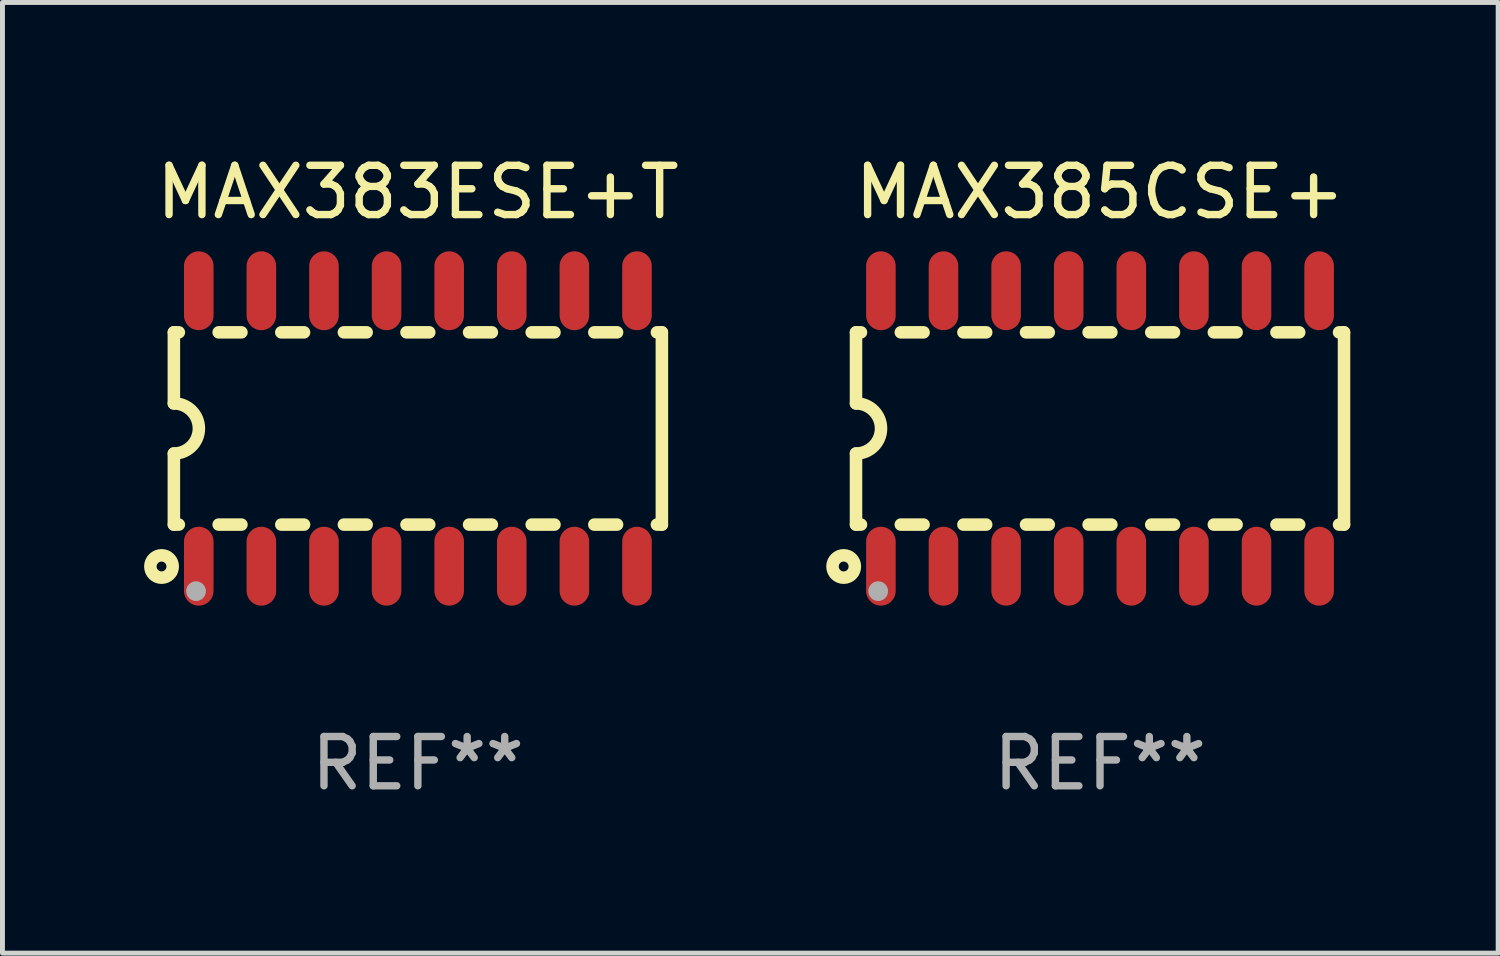
<source format=kicad_pcb>
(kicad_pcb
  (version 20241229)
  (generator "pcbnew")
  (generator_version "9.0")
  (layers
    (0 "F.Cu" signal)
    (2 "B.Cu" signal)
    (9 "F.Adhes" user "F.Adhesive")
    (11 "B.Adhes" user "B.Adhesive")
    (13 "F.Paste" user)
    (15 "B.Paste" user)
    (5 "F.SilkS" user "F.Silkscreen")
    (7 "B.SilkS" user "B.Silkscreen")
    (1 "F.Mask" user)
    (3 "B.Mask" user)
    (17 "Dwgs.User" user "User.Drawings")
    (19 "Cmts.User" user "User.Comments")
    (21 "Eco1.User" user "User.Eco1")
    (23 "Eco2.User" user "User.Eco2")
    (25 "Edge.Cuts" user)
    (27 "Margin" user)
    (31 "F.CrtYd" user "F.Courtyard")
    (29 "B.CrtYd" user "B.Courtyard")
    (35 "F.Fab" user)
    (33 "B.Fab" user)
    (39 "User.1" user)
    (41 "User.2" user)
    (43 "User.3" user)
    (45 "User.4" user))
  (footprint "MAX383ESE+T"
    (layer "F.Cu")
    (at 5.427 5.642)
    (property "Reference" "MAX383ESE+T" (at 0 -4.794 0) (layer "F.SilkS") (effects (font (size 1 1) (thickness 0.15))))
    (attr through_hole)
    (fp_line (start -4.95 -1.95) (end -4.95 -0.508) (stroke (width 0.254) (type solid)) (layer "F.SilkS"))
    (fp_line (start -4.95 -1.95) (end -4.849 -1.95) (stroke (width 0.254) (type solid)) (layer "F.SilkS"))
    (fp_line (start -4.95 1.95) (end -4.95 0.508) (stroke (width 0.254) (type solid)) (layer "F.SilkS"))
    (fp_line (start -4.95 1.95) (end -4.849 1.95) (stroke (width 0.254) (type solid)) (layer "F.SilkS"))
    (fp_line (start -4.041 -1.95) (end -3.579 -1.95) (stroke (width 0.254) (type solid)) (layer "F.SilkS"))
    (fp_line (start -4.041 1.95) (end -3.579 1.95) (stroke (width 0.254) (type solid)) (layer "F.SilkS"))
    (fp_line (start -2.771 -1.95) (end -2.309 -1.95) (stroke (width 0.254) (type solid)) (layer "F.SilkS"))
    (fp_line (start -2.771 1.95) (end -2.309 1.95) (stroke (width 0.254) (type solid)) (layer "F.SilkS"))
    (fp_line (start -1.501 -1.95) (end -1.039 -1.95) (stroke (width 0.254) (type solid)) (layer "F.SilkS"))
    (fp_line (start -1.501 1.95) (end -1.039 1.95) (stroke (width 0.254) (type solid)) (layer "F.SilkS"))
    (fp_line (start -0.231 -1.95) (end 0.231 -1.95) (stroke (width 0.254) (type solid)) (layer "F.SilkS"))
    (fp_line (start -0.231 1.95) (end 0.231 1.95) (stroke (width 0.254) (type solid)) (layer "F.SilkS"))
    (fp_line (start 1.039 -1.95) (end 1.501 -1.95) (stroke (width 0.254) (type solid)) (layer "F.SilkS"))
    (fp_line (start 1.039 1.95) (end 1.501 1.95) (stroke (width 0.254) (type solid)) (layer "F.SilkS"))
    (fp_line (start 2.309 -1.95) (end 2.771 -1.95) (stroke (width 0.254) (type solid)) (layer "F.SilkS"))
    (fp_line (start 2.309 1.95) (end 2.771 1.95) (stroke (width 0.254) (type solid)) (layer "F.SilkS"))
    (fp_line (start 3.579 -1.95) (end 4.041 -1.95) (stroke (width 0.254) (type solid)) (layer "F.SilkS"))
    (fp_line (start 3.579 1.95) (end 4.041 1.95) (stroke (width 0.254) (type solid)) (layer "F.SilkS"))
    (fp_line (start 4.849 -1.95) (end 4.95 -1.95) (stroke (width 0.254) (type solid)) (layer "F.SilkS"))
    (fp_line (start 4.849 1.95) (end 4.95 1.95) (stroke (width 0.254) (type solid)) (layer "F.SilkS"))
    (fp_line (start 4.95 -1.95) (end 4.95 1.95) (stroke (width 0.254) (type solid)) (layer "F.SilkS"))
    (fp_arc (start -4.95047 -0.508001) (mid -4.442469 -0.000228) (end -4.950013 0.508001) (stroke (width 0.254001) (type solid)) (layer "F.SilkS"))
    (fp_circle (center -5.2 2.8) (end -5.1 2.8) (stroke (width 0.254) (type solid)) (fill no) (layer "F.SilkS"))
    (fp_circle (center -4.95 2.947) (end -4.92 2.947) (stroke (width 0.06) (type solid)) (fill no) (layer "F.SilkS"))
    (fp_circle (center -4.5 3.3) (end -4.4 3.3) (stroke (width 0.2) (type solid)) (fill no) (layer "F.Fab"))
    (fp_text user "REF**" (at 0 6.794 0) (layer "F.Fab") (effects (font (size 1 1) (thickness 0.15))))
    (pad "1" smd oval (at -4.445 2.794) (size 0.6 1.6) (layers "F.Cu" "F.Mask" "F.Paste"))
    (pad "2" smd oval (at -3.175 2.794) (size 0.6 1.6) (layers "F.Cu" "F.Mask" "F.Paste"))
    (pad "3" smd oval (at -1.905 2.794) (size 0.6 1.6) (layers "F.Cu" "F.Mask" "F.Paste"))
    (pad "4" smd oval (at -0.635 2.794) (size 0.6 1.6) (layers "F.Cu" "F.Mask" "F.Paste"))
    (pad "5" smd oval (at 0.635 2.794) (size 0.6 1.6) (layers "F.Cu" "F.Mask" "F.Paste"))
    (pad "6" smd oval (at 1.905 2.794) (size 0.6 1.6) (layers "F.Cu" "F.Mask" "F.Paste"))
    (pad "7" smd oval (at 3.175 2.794) (size 0.6 1.6) (layers "F.Cu" "F.Mask" "F.Paste"))
    (pad "8" smd oval (at 4.445 2.794) (size 0.6 1.6) (layers "F.Cu" "F.Mask" "F.Paste"))
    (pad "9" smd oval (at 4.445 -2.794) (size 0.6 1.6) (layers "F.Cu" "F.Mask" "F.Paste"))
    (pad "10" smd oval (at 3.175 -2.794) (size 0.6 1.6) (layers "F.Cu" "F.Mask" "F.Paste"))
    (pad "11" smd oval (at 1.905 -2.794) (size 0.6 1.6) (layers "F.Cu" "F.Mask" "F.Paste"))
    (pad "12" smd oval (at 0.635 -2.794) (size 0.6 1.6) (layers "F.Cu" "F.Mask" "F.Paste"))
    (pad "13" smd oval (at -0.635 -2.794) (size 0.6 1.6) (layers "F.Cu" "F.Mask" "F.Paste"))
    (pad "14" smd oval (at -1.905 -2.794) (size 0.6 1.6) (layers "F.Cu" "F.Mask" "F.Paste"))
    (pad "15" smd oval (at -3.175 -2.794) (size 0.6 1.6) (layers "F.Cu" "F.Mask" "F.Paste"))
    (pad "16" smd oval (at -4.445 -2.794) (size 0.6 1.6) (layers "F.Cu" "F.Mask" "F.Paste")))
  (footprint "MAX385CSE+"
    (layer "F.Cu")
    (at 19.265 5.642)
    (property "Reference" "MAX385CSE+" (at 0 -4.794 0) (layer "F.SilkS") (effects (font (size 1 1) (thickness 0.15))))
    (attr through_hole)
    (fp_line (start -4.95 -1.95) (end -4.95 -0.508) (stroke (width 0.254) (type solid)) (layer "F.SilkS"))
    (fp_line (start -4.95 -1.95) (end -4.849 -1.95) (stroke (width 0.254) (type solid)) (layer "F.SilkS"))
    (fp_line (start -4.95 1.95) (end -4.95 0.508) (stroke (width 0.254) (type solid)) (layer "F.SilkS"))
    (fp_line (start -4.95 1.95) (end -4.849 1.95) (stroke (width 0.254) (type solid)) (layer "F.SilkS"))
    (fp_line (start -4.041 -1.95) (end -3.579 -1.95) (stroke (width 0.254) (type solid)) (layer "F.SilkS"))
    (fp_line (start -4.041 1.95) (end -3.579 1.95) (stroke (width 0.254) (type solid)) (layer "F.SilkS"))
    (fp_line (start -2.771 -1.95) (end -2.309 -1.95) (stroke (width 0.254) (type solid)) (layer "F.SilkS"))
    (fp_line (start -2.771 1.95) (end -2.309 1.95) (stroke (width 0.254) (type solid)) (layer "F.SilkS"))
    (fp_line (start -1.501 -1.95) (end -1.039 -1.95) (stroke (width 0.254) (type solid)) (layer "F.SilkS"))
    (fp_line (start -1.501 1.95) (end -1.039 1.95) (stroke (width 0.254) (type solid)) (layer "F.SilkS"))
    (fp_line (start -0.231 -1.95) (end 0.231 -1.95) (stroke (width 0.254) (type solid)) (layer "F.SilkS"))
    (fp_line (start -0.231 1.95) (end 0.231 1.95) (stroke (width 0.254) (type solid)) (layer "F.SilkS"))
    (fp_line (start 1.039 -1.95) (end 1.501 -1.95) (stroke (width 0.254) (type solid)) (layer "F.SilkS"))
    (fp_line (start 1.039 1.95) (end 1.501 1.95) (stroke (width 0.254) (type solid)) (layer "F.SilkS"))
    (fp_line (start 2.309 -1.95) (end 2.771 -1.95) (stroke (width 0.254) (type solid)) (layer "F.SilkS"))
    (fp_line (start 2.309 1.95) (end 2.771 1.95) (stroke (width 0.254) (type solid)) (layer "F.SilkS"))
    (fp_line (start 3.579 -1.95) (end 4.041 -1.95) (stroke (width 0.254) (type solid)) (layer "F.SilkS"))
    (fp_line (start 3.579 1.95) (end 4.041 1.95) (stroke (width 0.254) (type solid)) (layer "F.SilkS"))
    (fp_line (start 4.849 -1.95) (end 4.95 -1.95) (stroke (width 0.254) (type solid)) (layer "F.SilkS"))
    (fp_line (start 4.849 1.95) (end 4.95 1.95) (stroke (width 0.254) (type solid)) (layer "F.SilkS"))
    (fp_line (start 4.95 -1.95) (end 4.95 1.95) (stroke (width 0.254) (type solid)) (layer "F.SilkS"))
    (fp_arc (start -4.95047 -0.508001) (mid -4.442469 -0.000228) (end -4.950013 0.508001) (stroke (width 0.254001) (type solid)) (layer "F.SilkS"))
    (fp_circle (center -5.2 2.8) (end -5.1 2.8) (stroke (width 0.254) (type solid)) (fill no) (layer "F.SilkS"))
    (fp_circle (center -4.95 2.947) (end -4.92 2.947) (stroke (width 0.06) (type solid)) (fill no) (layer "F.SilkS"))
    (fp_circle (center -4.5 3.3) (end -4.4 3.3) (stroke (width 0.2) (type solid)) (fill no) (layer "F.Fab"))
    (fp_text user "REF**" (at 0 6.794 0) (layer "F.Fab") (effects (font (size 1 1) (thickness 0.15))))
    (pad "1" smd oval (at -4.445 2.794) (size 0.6 1.6) (layers "F.Cu" "F.Mask" "F.Paste"))
    (pad "2" smd oval (at -3.175 2.794) (size 0.6 1.6) (layers "F.Cu" "F.Mask" "F.Paste"))
    (pad "3" smd oval (at -1.905 2.794) (size 0.6 1.6) (layers "F.Cu" "F.Mask" "F.Paste"))
    (pad "4" smd oval (at -0.635 2.794) (size 0.6 1.6) (layers "F.Cu" "F.Mask" "F.Paste"))
    (pad "5" smd oval (at 0.635 2.794) (size 0.6 1.6) (layers "F.Cu" "F.Mask" "F.Paste"))
    (pad "6" smd oval (at 1.905 2.794) (size 0.6 1.6) (layers "F.Cu" "F.Mask" "F.Paste"))
    (pad "7" smd oval (at 3.175 2.794) (size 0.6 1.6) (layers "F.Cu" "F.Mask" "F.Paste"))
    (pad "8" smd oval (at 4.445 2.794) (size 0.6 1.6) (layers "F.Cu" "F.Mask" "F.Paste"))
    (pad "9" smd oval (at 4.445 -2.794) (size 0.6 1.6) (layers "F.Cu" "F.Mask" "F.Paste"))
    (pad "10" smd oval (at 3.175 -2.794) (size 0.6 1.6) (layers "F.Cu" "F.Mask" "F.Paste"))
    (pad "11" smd oval (at 1.905 -2.794) (size 0.6 1.6) (layers "F.Cu" "F.Mask" "F.Paste"))
    (pad "12" smd oval (at 0.635 -2.794) (size 0.6 1.6) (layers "F.Cu" "F.Mask" "F.Paste"))
    (pad "13" smd oval (at -0.635 -2.794) (size 0.6 1.6) (layers "F.Cu" "F.Mask" "F.Paste"))
    (pad "14" smd oval (at -1.905 -2.794) (size 0.6 1.6) (layers "F.Cu" "F.Mask" "F.Paste"))
    (pad "15" smd oval (at -3.175 -2.794) (size 0.6 1.6) (layers "F.Cu" "F.Mask" "F.Paste"))
    (pad "16" smd oval (at -4.445 -2.794) (size 0.6 1.6) (layers "F.Cu" "F.Mask" "F.Paste")))
  (gr_rect
    (start -3 -3)
    (end 27.342 16.285)
    (stroke (width 0.1) (type default))
    (fill no)
    (layer "Edge.Cuts")))
</source>
